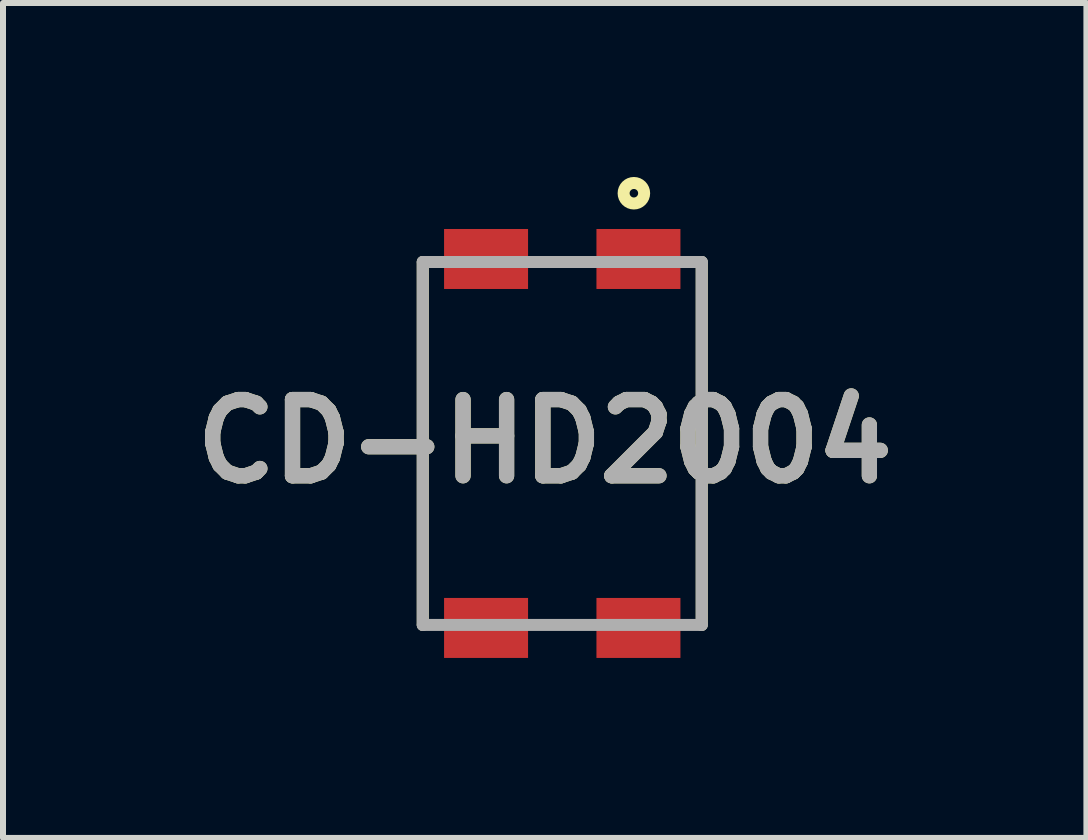
<source format=kicad_pcb>
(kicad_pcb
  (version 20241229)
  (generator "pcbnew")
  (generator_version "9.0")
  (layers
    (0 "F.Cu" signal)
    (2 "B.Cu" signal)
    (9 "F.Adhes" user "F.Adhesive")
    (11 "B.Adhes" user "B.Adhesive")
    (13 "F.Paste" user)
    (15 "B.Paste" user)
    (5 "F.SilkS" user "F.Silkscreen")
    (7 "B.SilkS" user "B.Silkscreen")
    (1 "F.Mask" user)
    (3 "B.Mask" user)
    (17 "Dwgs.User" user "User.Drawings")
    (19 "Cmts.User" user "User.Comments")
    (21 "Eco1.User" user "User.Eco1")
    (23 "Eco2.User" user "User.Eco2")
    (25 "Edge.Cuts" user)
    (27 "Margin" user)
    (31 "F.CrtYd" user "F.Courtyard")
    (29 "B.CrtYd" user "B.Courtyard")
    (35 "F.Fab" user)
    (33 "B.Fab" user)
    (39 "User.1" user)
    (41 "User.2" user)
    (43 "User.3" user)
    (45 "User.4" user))
  (footprint "CD-HD2004"
    (layer "F.Cu")
    (at 6.322 4.342)
    (property "Reference" "CD-HD2004" (at -0.293 -0.036 0) (layer "F.SilkS") (effects (font (size 1.27 1.27) (thickness 0.254))))
    (attr smd)
    (fp_line (start -2.325 3.025) (end -2.325 -3.025) (stroke (width 0.2) (type solid)) (layer "F.SilkS"))
    (fp_line (start 2.325 -3.025) (end 2.325 3.025) (stroke (width 0.2) (type solid)) (layer "F.SilkS"))
    (fp_circle (center 1.194 -4.171) (end 1.194 -4.1) (stroke (width 0.2) (type solid)) (fill no) (layer "F.SilkS"))
    (fp_line (start -2.325 -3.025) (end 2.325 -3.025) (stroke (width 0.2) (type solid)) (layer "F.Fab"))
    (fp_line (start -2.325 3.025) (end -2.325 -3.025) (stroke (width 0.2) (type solid)) (layer "F.Fab"))
    (fp_line (start 2.325 -3.025) (end 2.325 3.025) (stroke (width 0.2) (type solid)) (layer "F.Fab"))
    (fp_line (start 2.325 3.025) (end -2.325 3.025) (stroke (width 0.2) (type solid)) (layer "F.Fab"))
    (fp_text user "${REFERENCE}" (at -0.293 -0.036 0) (layer "F.Fab") (effects (font (size 1.27 1.27) (thickness 0.254))))
    (pad "1" smd rect (at 1.27 -3.075 90) (size 1 1.4) (layers "F.Cu" "F.Mask" "F.Paste"))
    (pad "2" smd rect (at 1.27 3.075 90) (size 1 1.4) (layers "F.Cu" "F.Mask" "F.Paste"))
    (pad "3" smd rect (at -1.27 3.075 90) (size 1 1.4) (layers "F.Cu" "F.Mask" "F.Paste"))
    (pad "4" smd rect (at -1.27 -3.075 90) (size 1 1.4) (layers "F.Cu" "F.Mask" "F.Paste")))
  (gr_rect
    (start -3 -3)
    (end 15.059 10.917)
    (stroke (width 0.1) (type default))
    (fill no)
    (layer "Edge.Cuts")))
</source>
